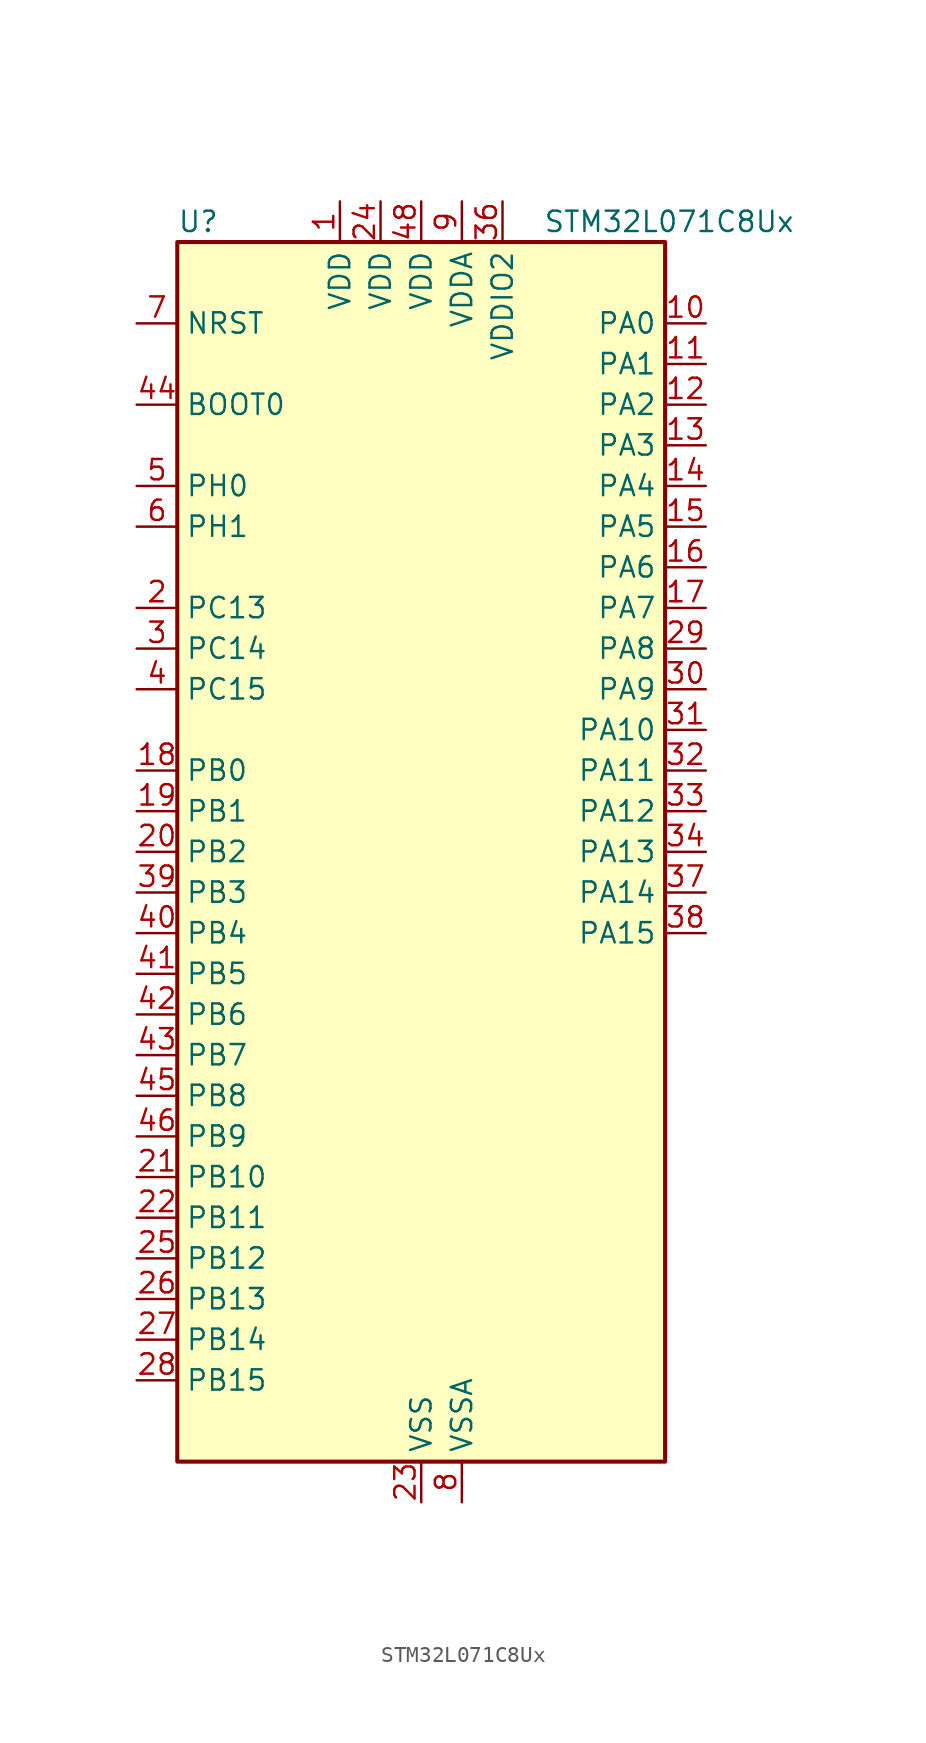
<source format=kicad_sym>
(kicad_symbol_lib
  (version 20241209)
  (generator "kicad_symbol_editor")
  (generator_version "9.0")
  (symbol "STM32L071C8Ux"
    (property "Reference" "U"
      (at -15.24 39.37 0)
      (effects (font (size 1.27 1.27)) (justify left)))
    (property "Value" "STM32L071C8Ux"
      (at 7.62 39.37 0)
      (effects (font (size 1.27 1.27)) (justify left)))
    (symbol "STM32L071C8Ux_0_1"
      (rectangle (start -15.24 -38.1) (end 15.24 38.1) (stroke (width 0.254) (type default)) (fill (type background))))
    (symbol "STM32L071C8Ux_1_1"
      (pin input line (at -17.78 33.02 0) (length 2.54) (name "NRST" (effects (font (size 1.27 1.27)))) (number "7" (effects (font (size 1.27 1.27)))))
      (pin input line (at -17.78 27.94 0) (length 2.54) (name "BOOT0" (effects (font (size 1.27 1.27)))) (number "44" (effects (font (size 1.27 1.27)))))
      (pin bidirectional line (at -17.78 22.86 0) (length 2.54) (name "PH0" (effects (font (size 1.27 1.27)))) (number "5" (effects (font (size 1.27 1.27)))) (alternate "RCC_OSC_IN" bidirectional line))
      (pin bidirectional line (at -17.78 20.32 0) (length 2.54) (name "PH1" (effects (font (size 1.27 1.27)))) (number "6" (effects (font (size 1.27 1.27)))) (alternate "RCC_OSC_OUT" bidirectional line))
      (pin bidirectional line (at -17.78 15.24 0) (length 2.54) (name "PC13" (effects (font (size 1.27 1.27)))) (number "2" (effects (font (size 1.27 1.27)))) (alternate "RTC_OUT_ALARM" bidirectional line) (alternate "RTC_OUT_CALIB" bidirectional line) (alternate "RTC_TAMP1" bidirectional line) (alternate "RTC_TS" bidirectional line) (alternate "SYS_WKUP2" bidirectional line))
      (pin bidirectional line (at -17.78 12.7 0) (length 2.54) (name "PC14" (effects (font (size 1.27 1.27)))) (number "3" (effects (font (size 1.27 1.27)))) (alternate "RCC_OSC32_IN" bidirectional line))
      (pin bidirectional line (at -17.78 10.16 0) (length 2.54) (name "PC15" (effects (font (size 1.27 1.27)))) (number "4" (effects (font (size 1.27 1.27)))) (alternate "RCC_OSC32_OUT" bidirectional line))
      (pin bidirectional line (at -17.78 5.08 0) (length 2.54) (name "PB0" (effects (font (size 1.27 1.27)))) (number "18" (effects (font (size 1.27 1.27)))) (alternate "ADC_IN8" bidirectional line) (alternate "SYS_VREF_OUT_PB0" bidirectional line) (alternate "TIM3_CH3" bidirectional line))
      (pin bidirectional line (at -17.78 2.54 0) (length 2.54) (name "PB1" (effects (font (size 1.27 1.27)))) (number "19" (effects (font (size 1.27 1.27)))) (alternate "ADC_IN9" bidirectional line) (alternate "LPUART1_DE" bidirectional line) (alternate "LPUART1_RTS" bidirectional line) (alternate "SYS_VREF_OUT_PB1" bidirectional line) (alternate "TIM3_CH4" bidirectional line))
      (pin bidirectional line (at -17.78 0 0) (length 2.54) (name "PB2" (effects (font (size 1.27 1.27)))) (number "20" (effects (font (size 1.27 1.27)))) (alternate "I2C3_SMBA" bidirectional line) (alternate "LPTIM1_OUT" bidirectional line))
      (pin bidirectional line (at -17.78 -2.54 0) (length 2.54) (name "PB3" (effects (font (size 1.27 1.27)))) (number "39" (effects (font (size 1.27 1.27)))) (alternate "COMP2_INM" bidirectional line) (alternate "SPI1_SCK" bidirectional line) (alternate "TIM2_CH2" bidirectional line) (alternate "USART1_DE" bidirectional line) (alternate "USART1_RTS" bidirectional line) (alternate "USART5_TX" bidirectional line))
      (pin bidirectional line (at -17.78 -5.08 0) (length 2.54) (name "PB4" (effects (font (size 1.27 1.27)))) (number "40" (effects (font (size 1.27 1.27)))) (alternate "COMP2_INP" bidirectional line) (alternate "I2C3_SDA" bidirectional line) (alternate "SPI1_MISO" bidirectional line) (alternate "TIM22_CH1" bidirectional line) (alternate "TIM3_CH1" bidirectional line) (alternate "USART1_CTS" bidirectional line) (alternate "USART5_RX" bidirectional line))
      (pin bidirectional line (at -17.78 -7.62 0) (length 2.54) (name "PB5" (effects (font (size 1.27 1.27)))) (number "41" (effects (font (size 1.27 1.27)))) (alternate "COMP2_INP" bidirectional line) (alternate "I2C1_SMBA" bidirectional line) (alternate "LPTIM1_IN1" bidirectional line) (alternate "SPI1_MOSI" bidirectional line) (alternate "TIM22_CH2" bidirectional line) (alternate "TIM3_CH2" bidirectional line) (alternate "USART1_CK" bidirectional line) (alternate "USART5_CK" bidirectional line) (alternate "USART5_DE" bidirectional line) (alternate "USART5_RTS" bidirectional line))
      (pin bidirectional line (at -17.78 -10.16 0) (length 2.54) (name "PB6" (effects (font (size 1.27 1.27)))) (number "42" (effects (font (size 1.27 1.27)))) (alternate "COMP2_INP" bidirectional line) (alternate "I2C1_SCL" bidirectional line) (alternate "LPTIM1_ETR" bidirectional line) (alternate "USART1_TX" bidirectional line))
      (pin bidirectional line (at -17.78 -12.7 0) (length 2.54) (name "PB7" (effects (font (size 1.27 1.27)))) (number "43" (effects (font (size 1.27 1.27)))) (alternate "COMP2_INP" bidirectional line) (alternate "I2C1_SDA" bidirectional line) (alternate "LPTIM1_IN2" bidirectional line) (alternate "SYS_PVD_IN" bidirectional line) (alternate "USART1_RX" bidirectional line) (alternate "USART4_CTS" bidirectional line))
      (pin bidirectional line (at -17.78 -15.24 0) (length 2.54) (name "PB8" (effects (font (size 1.27 1.27)))) (number "45" (effects (font (size 1.27 1.27)))) (alternate "I2C1_SCL" bidirectional line))
      (pin bidirectional line (at -17.78 -17.78 0) (length 2.54) (name "PB9" (effects (font (size 1.27 1.27)))) (number "46" (effects (font (size 1.27 1.27)))) (alternate "I2C1_SDA" bidirectional line) (alternate "I2S2_WS" bidirectional line) (alternate "SPI2_NSS" bidirectional line))
      (pin bidirectional line (at -17.78 -20.32 0) (length 2.54) (name "PB10" (effects (font (size 1.27 1.27)))) (number "21" (effects (font (size 1.27 1.27)))) (alternate "I2C2_SCL" bidirectional line) (alternate "LPUART1_RX" bidirectional line) (alternate "LPUART1_TX" bidirectional line) (alternate "SPI2_SCK" bidirectional line) (alternate "TIM2_CH3" bidirectional line))
      (pin bidirectional line (at -17.78 -22.86 0) (length 2.54) (name "PB11" (effects (font (size 1.27 1.27)))) (number "22" (effects (font (size 1.27 1.27)))) (alternate "ADC_EXTI11" bidirectional line) (alternate "I2C2_SDA" bidirectional line) (alternate "LPUART1_RX" bidirectional line) (alternate "LPUART1_TX" bidirectional line) (alternate "TIM2_CH4" bidirectional line))
      (pin bidirectional line (at -17.78 -25.4 0) (length 2.54) (name "PB12" (effects (font (size 1.27 1.27)))) (number "25" (effects (font (size 1.27 1.27)))) (alternate "I2S2_WS" bidirectional line) (alternate "LPUART1_DE" bidirectional line) (alternate "LPUART1_RTS" bidirectional line) (alternate "SPI2_NSS" bidirectional line))
      (pin bidirectional line (at -17.78 -27.94 0) (length 2.54) (name "PB13" (effects (font (size 1.27 1.27)))) (number "26" (effects (font (size 1.27 1.27)))) (alternate "I2C2_SCL" bidirectional line) (alternate "I2S2_CK" bidirectional line) (alternate "LPUART1_CTS" bidirectional line) (alternate "RCC_MCO" bidirectional line) (alternate "SPI2_SCK" bidirectional line) (alternate "TIM21_CH1" bidirectional line))
      (pin bidirectional line (at -17.78 -30.48 0) (length 2.54) (name "PB14" (effects (font (size 1.27 1.27)))) (number "27" (effects (font (size 1.27 1.27)))) (alternate "I2C2_SDA" bidirectional line) (alternate "I2S2_MCK" bidirectional line) (alternate "LPUART1_DE" bidirectional line) (alternate "LPUART1_RTS" bidirectional line) (alternate "RTC_OUT_ALARM" bidirectional line) (alternate "RTC_OUT_CALIB" bidirectional line) (alternate "SPI2_MISO" bidirectional line) (alternate "TIM21_CH2" bidirectional line))
      (pin bidirectional line (at -17.78 -33.02 0) (length 2.54) (name "PB15" (effects (font (size 1.27 1.27)))) (number "28" (effects (font (size 1.27 1.27)))) (alternate "I2S2_SD" bidirectional line) (alternate "RTC_REFIN" bidirectional line) (alternate "SPI2_MOSI" bidirectional line))
      (pin power_in line (at -5.08 40.64 270) (length 2.54) (name "VDD" (effects (font (size 1.27 1.27)))) (number "1" (effects (font (size 1.27 1.27)))))
      (pin power_in line (at -2.54 40.64 270) (length 2.54) (name "VDD" (effects (font (size 1.27 1.27)))) (number "24" (effects (font (size 1.27 1.27)))))
      (pin power_in line (at 0 40.64 270) (length 2.54) (name "VDD" (effects (font (size 1.27 1.27)))) (number "48" (effects (font (size 1.27 1.27)))))
      (pin power_in line (at 0 -40.64 90) (length 2.54) (name "VSS" (effects (font (size 1.27 1.27)))) (number "23" (effects (font (size 1.27 1.27)))))
      (pin passive line (at 0 -40.64 90) (length 2.54) (hide yes) (name "VSS" (effects (font (size 1.27 1.27)))) (number "35" (effects (font (size 1.27 1.27)))))
      (pin passive line (at 0 -40.64 90) (length 2.54) (hide yes) (name "VSS" (effects (font (size 1.27 1.27)))) (number "47" (effects (font (size 1.27 1.27)))))
      (pin passive line (at 0 -40.64 90) (length 2.54) (hide yes) (name "VSS" (effects (font (size 1.27 1.27)))) (number "49" (effects (font (size 1.27 1.27)))))
      (pin power_in line (at 2.54 40.64 270) (length 2.54) (name "VDDA" (effects (font (size 1.27 1.27)))) (number "9" (effects (font (size 1.27 1.27)))))
      (pin power_in line (at 2.54 -40.64 90) (length 2.54) (name "VSSA" (effects (font (size 1.27 1.27)))) (number "8" (effects (font (size 1.27 1.27)))))
      (pin power_in line (at 5.08 40.64 270) (length 2.54) (name "VDDIO2" (effects (font (size 1.27 1.27)))) (number "36" (effects (font (size 1.27 1.27)))))
      (pin bidirectional line (at 17.78 33.02 180) (length 2.54) (name "PA0" (effects (font (size 1.27 1.27)))) (number "10" (effects (font (size 1.27 1.27)))) (alternate "ADC_IN0" bidirectional line) (alternate "COMP1_INM" bidirectional line) (alternate "COMP1_OUT" bidirectional line) (alternate "RTC_TAMP2" bidirectional line) (alternate "SYS_WKUP1" bidirectional line) (alternate "TIM2_CH1" bidirectional line) (alternate "TIM2_ETR" bidirectional line) (alternate "USART2_CTS" bidirectional line) (alternate "USART4_TX" bidirectional line))
      (pin bidirectional line (at 17.78 30.48 180) (length 2.54) (name "PA1" (effects (font (size 1.27 1.27)))) (number "11" (effects (font (size 1.27 1.27)))) (alternate "ADC_IN1" bidirectional line) (alternate "COMP1_INP" bidirectional line) (alternate "TIM21_ETR" bidirectional line) (alternate "TIM2_CH2" bidirectional line) (alternate "USART2_DE" bidirectional line) (alternate "USART2_RTS" bidirectional line) (alternate "USART4_RX" bidirectional line))
      (pin bidirectional line (at 17.78 27.94 180) (length 2.54) (name "PA2" (effects (font (size 1.27 1.27)))) (number "12" (effects (font (size 1.27 1.27)))) (alternate "ADC_IN2" bidirectional line) (alternate "COMP2_INM" bidirectional line) (alternate "COMP2_OUT" bidirectional line) (alternate "LPUART1_TX" bidirectional line) (alternate "TIM21_CH1" bidirectional line) (alternate "TIM2_CH3" bidirectional line) (alternate "USART2_TX" bidirectional line))
      (pin bidirectional line (at 17.78 25.4 180) (length 2.54) (name "PA3" (effects (font (size 1.27 1.27)))) (number "13" (effects (font (size 1.27 1.27)))) (alternate "ADC_IN3" bidirectional line) (alternate "COMP2_INP" bidirectional line) (alternate "LPUART1_RX" bidirectional line) (alternate "TIM21_CH2" bidirectional line) (alternate "TIM2_CH4" bidirectional line) (alternate "USART2_RX" bidirectional line))
      (pin bidirectional line (at 17.78 22.86 180) (length 2.54) (name "PA4" (effects (font (size 1.27 1.27)))) (number "14" (effects (font (size 1.27 1.27)))) (alternate "ADC_IN4" bidirectional line) (alternate "COMP1_INM" bidirectional line) (alternate "COMP2_INM" bidirectional line) (alternate "SPI1_NSS" bidirectional line) (alternate "TIM22_ETR" bidirectional line) (alternate "USART2_CK" bidirectional line))
      (pin bidirectional line (at 17.78 20.32 180) (length 2.54) (name "PA5" (effects (font (size 1.27 1.27)))) (number "15" (effects (font (size 1.27 1.27)))) (alternate "ADC_IN5" bidirectional line) (alternate "COMP1_INM" bidirectional line) (alternate "COMP2_INM" bidirectional line) (alternate "SPI1_SCK" bidirectional line) (alternate "TIM2_CH1" bidirectional line) (alternate "TIM2_ETR" bidirectional line))
      (pin bidirectional line (at 17.78 17.78 180) (length 2.54) (name "PA6" (effects (font (size 1.27 1.27)))) (number "16" (effects (font (size 1.27 1.27)))) (alternate "ADC_IN6" bidirectional line) (alternate "COMP1_OUT" bidirectional line) (alternate "LPUART1_CTS" bidirectional line) (alternate "SPI1_MISO" bidirectional line) (alternate "TIM22_CH1" bidirectional line) (alternate "TIM3_CH1" bidirectional line))
      (pin bidirectional line (at 17.78 15.24 180) (length 2.54) (name "PA7" (effects (font (size 1.27 1.27)))) (number "17" (effects (font (size 1.27 1.27)))) (alternate "ADC_IN7" bidirectional line) (alternate "COMP2_OUT" bidirectional line) (alternate "SPI1_MOSI" bidirectional line) (alternate "TIM22_CH2" bidirectional line) (alternate "TIM3_CH2" bidirectional line))
      (pin bidirectional line (at 17.78 12.7 180) (length 2.54) (name "PA8" (effects (font (size 1.27 1.27)))) (number "29" (effects (font (size 1.27 1.27)))) (alternate "I2C3_SCL" bidirectional line) (alternate "RCC_MCO" bidirectional line) (alternate "USART1_CK" bidirectional line))
      (pin bidirectional line (at 17.78 10.16 180) (length 2.54) (name "PA9" (effects (font (size 1.27 1.27)))) (number "30" (effects (font (size 1.27 1.27)))) (alternate "I2C1_SCL" bidirectional line) (alternate "I2C3_SMBA" bidirectional line) (alternate "RCC_MCO" bidirectional line) (alternate "USART1_TX" bidirectional line))
      (pin bidirectional line (at 17.78 7.62 180) (length 2.54) (name "PA10" (effects (font (size 1.27 1.27)))) (number "31" (effects (font (size 1.27 1.27)))) (alternate "I2C1_SDA" bidirectional line) (alternate "USART1_RX" bidirectional line))
      (pin bidirectional line (at 17.78 5.08 180) (length 2.54) (name "PA11" (effects (font (size 1.27 1.27)))) (number "32" (effects (font (size 1.27 1.27)))) (alternate "ADC_EXTI11" bidirectional line) (alternate "COMP1_OUT" bidirectional line) (alternate "SPI1_MISO" bidirectional line) (alternate "USART1_CTS" bidirectional line))
      (pin bidirectional line (at 17.78 2.54 180) (length 2.54) (name "PA12" (effects (font (size 1.27 1.27)))) (number "33" (effects (font (size 1.27 1.27)))) (alternate "COMP2_OUT" bidirectional line) (alternate "SPI1_MOSI" bidirectional line) (alternate "USART1_DE" bidirectional line) (alternate "USART1_RTS" bidirectional line))
      (pin bidirectional line (at 17.78 0 180) (length 2.54) (name "PA13" (effects (font (size 1.27 1.27)))) (number "34" (effects (font (size 1.27 1.27)))) (alternate "LPUART1_RX" bidirectional line) (alternate "SYS_SWDIO" bidirectional line))
      (pin bidirectional line (at 17.78 -2.54 180) (length 2.54) (name "PA14" (effects (font (size 1.27 1.27)))) (number "37" (effects (font (size 1.27 1.27)))) (alternate "LPUART1_TX" bidirectional line) (alternate "SYS_SWCLK" bidirectional line) (alternate "USART2_TX" bidirectional line))
      (pin bidirectional line (at 17.78 -5.08 180) (length 2.54) (name "PA15" (effects (font (size 1.27 1.27)))) (number "38" (effects (font (size 1.27 1.27)))) (alternate "SPI1_NSS" bidirectional line) (alternate "TIM2_CH1" bidirectional line) (alternate "TIM2_ETR" bidirectional line) (alternate "USART2_RX" bidirectional line) (alternate "USART4_DE" bidirectional line) (alternate "USART4_RTS" bidirectional line)))))
</source>
